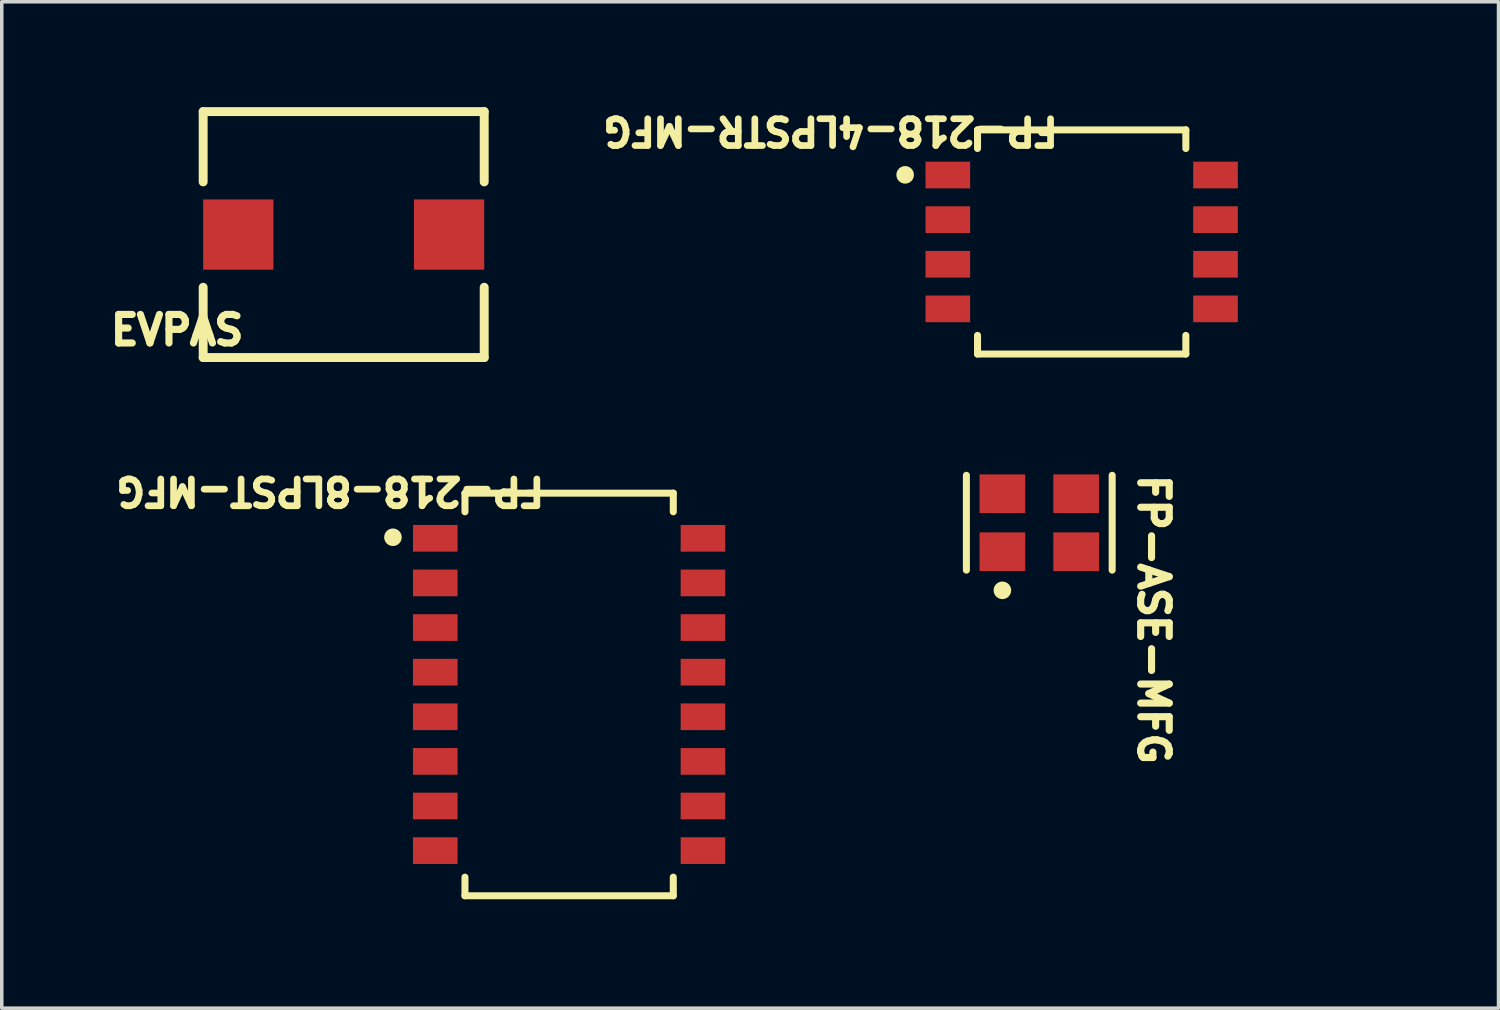
<source format=kicad_pcb>
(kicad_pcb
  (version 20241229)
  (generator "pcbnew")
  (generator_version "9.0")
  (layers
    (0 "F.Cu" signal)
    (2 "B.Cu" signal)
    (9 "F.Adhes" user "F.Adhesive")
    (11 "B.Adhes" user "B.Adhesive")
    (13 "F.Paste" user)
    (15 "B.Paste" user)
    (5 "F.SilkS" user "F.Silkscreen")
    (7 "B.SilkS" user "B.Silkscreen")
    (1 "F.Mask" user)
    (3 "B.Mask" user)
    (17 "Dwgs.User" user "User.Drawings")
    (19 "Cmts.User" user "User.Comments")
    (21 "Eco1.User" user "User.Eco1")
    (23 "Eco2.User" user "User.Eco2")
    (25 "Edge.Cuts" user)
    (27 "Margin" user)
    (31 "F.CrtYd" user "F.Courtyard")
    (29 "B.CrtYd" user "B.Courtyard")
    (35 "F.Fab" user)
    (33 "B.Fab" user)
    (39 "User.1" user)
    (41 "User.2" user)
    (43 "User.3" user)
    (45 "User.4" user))
  (footprint "FP-218-4LPSTR-MFG"
    (layer "F.Cu")
    (at 27.74 3.837)
    (property "Reference" "FP-218-4LPSTR-MFG" (at -0.579 -3.61 180) (unlocked yes) (layer "F.SilkS") (effects (font (size 0.762 0.762) (thickness 0.254)) (justify left bottom)))
    (fp_line (start -2.965 -3.19) (end -2.965 -2.66) (stroke (width 0.2) (type solid)) (layer "F.SilkS"))
    (fp_line (start -2.965 -3.19) (end 2.965 -3.19) (stroke (width 0.2) (type solid)) (layer "F.SilkS"))
    (fp_line (start -2.965 2.66) (end -2.965 3.19) (stroke (width 0.2) (type solid)) (layer "F.SilkS"))
    (fp_line (start -2.965 3.19) (end 2.965 3.19) (stroke (width 0.2) (type solid)) (layer "F.SilkS"))
    (fp_line (start 2.965 -3.19) (end 2.965 -2.66) (stroke (width 0.2) (type solid)) (layer "F.SilkS"))
    (fp_line (start 2.965 2.66) (end 2.965 3.19) (stroke (width 0.2) (type solid)) (layer "F.SilkS"))
    (fp_circle (center -5.025 -1.91) (end -5.025 -2.035) (stroke (width 0.25) (type solid)) (fill no) (layer "F.SilkS"))
    (fp_line (start -4.545 -3.29) (end -4.545 3.29) (stroke (width 0.2) (type solid)) (layer "Eco1.User"))
    (fp_line (start -4.545 -3.29) (end -4.545 3.29) (stroke (width 0.2) (type solid)) (layer "Eco1.User"))
    (fp_line (start -4.545 -3.29) (end 4.545 -3.29) (stroke (width 0.2) (type solid)) (layer "Eco1.User"))
    (fp_line (start -4.545 -3.29) (end 4.545 -3.29) (stroke (width 0.2) (type solid)) (layer "Eco1.User"))
    (fp_line (start -4.545 3.29) (end 4.545 3.29) (stroke (width 0.2) (type solid)) (layer "Eco1.User"))
    (fp_line (start -4.545 3.29) (end 4.545 3.29) (stroke (width 0.2) (type solid)) (layer "Eco1.User"))
    (fp_line (start -2.965 -3.19) (end -2.965 3.19) (stroke (width 0.2) (type solid)) (layer "Eco1.User"))
    (fp_line (start -2.965 -3.19) (end 2.965 -3.19) (stroke (width 0.2) (type solid)) (layer "Eco1.User"))
    (fp_line (start -2.965 3.19) (end 2.965 3.19) (stroke (width 0.2) (type solid)) (layer "Eco1.User"))
    (fp_line (start -0.5 0) (end 0.5 0) (stroke (width 0.1) (type solid)) (layer "Eco1.User"))
    (fp_line (start 0 -0.5) (end 0 0.5) (stroke (width 0.1) (type solid)) (layer "Eco1.User"))
    (fp_line (start 2.965 -3.19) (end 2.965 3.19) (stroke (width 0.2) (type solid)) (layer "Eco1.User"))
    (fp_line (start 4.545 -3.29) (end 4.545 3.29) (stroke (width 0.2) (type solid)) (layer "Eco1.User"))
    (fp_line (start 4.545 -3.29) (end 4.545 3.29) (stroke (width 0.2) (type solid)) (layer "Eco1.User"))
    (fp_text user "${REFERENCE}" (at -0.00001 -0.011 180) (unlocked yes) (layer "Eco1.User") (effects (font (face "Arial") (size 0.63 0.63) (thickness 0.1)) (justify left bottom mirror)))
    (pad "1" smd rect (at -3.81 -1.905 180) (size 1.27 0.76) (layers "F.Cu" "F.Mask" "F.Paste"))
    (pad "2" smd rect (at -3.81 -0.635 180) (size 1.27 0.76) (layers "F.Cu" "F.Mask" "F.Paste"))
    (pad "3" smd rect (at -3.81 0.635 180) (size 1.27 0.76) (layers "F.Cu" "F.Mask" "F.Paste"))
    (pad "4" smd rect (at -3.81 1.905 180) (size 1.27 0.76) (layers "F.Cu" "F.Mask" "F.Paste"))
    (pad "5" smd rect (at 3.81 1.905 180) (size 1.27 0.76) (layers "F.Cu" "F.Mask" "F.Paste"))
    (pad "6" smd rect (at 3.81 0.635 180) (size 1.27 0.76) (layers "F.Cu" "F.Mask" "F.Paste"))
    (pad "7" smd rect (at 3.81 -0.635 180) (size 1.27 0.76) (layers "F.Cu" "F.Mask" "F.Paste"))
    (pad "8" smd rect (at 3.81 -1.905 180) (size 1.27 0.76) (layers "F.Cu" "F.Mask" "F.Paste")))
  (footprint "FP-ASE-MFG"
    (layer "F.Cu")
    (at 26.533 11.829)
    (property "Reference" "FP-ASE-MFG" (at 2.776 -1.464 270) (unlocked yes) (layer "F.SilkS") (effects (font (size 0.813 0.813) (thickness 0.203)) (justify left bottom)))
    (fp_line (start -2.075 1.35) (end -2.075 -1.35) (stroke (width 0.2) (type solid)) (layer "F.SilkS"))
    (fp_line (start 2.075 1.35) (end 2.075 -1.35) (stroke (width 0.2) (type solid)) (layer "F.SilkS"))
    (fp_circle (center -1.05 1.925) (end -1.175 1.925) (stroke (width 0.25) (type solid)) (fill no) (layer "F.SilkS"))
    (fp_line (start -1.8 -1.475) (end 1.8 -1.475) (stroke (width 0.2) (type solid)) (layer "Eco1.User"))
    (fp_line (start -1.8 -1.475) (end 1.8 -1.475) (stroke (width 0.2) (type solid)) (layer "Eco1.User"))
    (fp_line (start -1.8 1.475) (end -1.8 -1.475) (stroke (width 0.2) (type solid)) (layer "Eco1.User"))
    (fp_line (start -1.8 1.475) (end -1.8 -1.475) (stroke (width 0.2) (type solid)) (layer "Eco1.User"))
    (fp_line (start -1.8 1.475) (end 1.8 1.475) (stroke (width 0.2) (type solid)) (layer "Eco1.User"))
    (fp_line (start -1.8 1.475) (end 1.8 1.475) (stroke (width 0.2) (type solid)) (layer "Eco1.User"))
    (fp_line (start -1.7 -1.35) (end 1.7 -1.35) (stroke (width 0.2) (type solid)) (layer "Eco1.User"))
    (fp_line (start -1.7 1.35) (end -1.7 -1.35) (stroke (width 0.2) (type solid)) (layer "Eco1.User"))
    (fp_line (start -1.7 1.35) (end 1.7 1.35) (stroke (width 0.2) (type solid)) (layer "Eco1.User"))
    (fp_line (start -0.5 0) (end 0.5 0) (stroke (width 0.1) (type solid)) (layer "Eco1.User"))
    (fp_line (start 0 0.5) (end 0 -0.5) (stroke (width 0.1) (type solid)) (layer "Eco1.User"))
    (fp_line (start 1.7 1.35) (end 1.7 -1.35) (stroke (width 0.2) (type solid)) (layer "Eco1.User"))
    (fp_line (start 1.8 1.475) (end 1.8 -1.475) (stroke (width 0.2) (type solid)) (layer "Eco1.User"))
    (fp_line (start 1.8 1.475) (end 1.8 -1.475) (stroke (width 0.2) (type solid)) (layer "Eco1.User"))
    (fp_text user "${REFERENCE}" (at 0.00045 0.00001 180) (unlocked yes) (layer "Eco1.User") (effects (font (face "Arial") (size 0.63 0.63) (thickness 0.1)) (justify left bottom mirror)))
    (pad "1" smd rect (at -1.05 0.825 180) (size 1.3 1.1) (layers "F.Cu" "F.Mask" "F.Paste"))
    (pad "2" smd rect (at 1.05 0.825 180) (size 1.3 1.1) (layers "F.Cu" "F.Mask" "F.Paste"))
    (pad "3" smd rect (at 1.05 -0.825 180) (size 1.3 1.1) (layers "F.Cu" "F.Mask" "F.Paste"))
    (pad "4" smd rect (at -1.05 -0.825 180) (size 1.3 1.1) (layers "F.Cu" "F.Mask" "F.Paste")))
  (footprint "EVPAS"
    (layer "F.Cu")
    (at 6.733 3.627)
    (property "Reference" "EVPAS" (at -6.733 3.196 0) (unlocked yes) (layer "F.SilkS") (effects (font (size 0.813 0.813) (thickness 0.203)) (justify left bottom)))
    (fp_line (start -4 -3.5) (end 4 -3.5) (stroke (width 0.254) (type solid)) (layer "F.SilkS"))
    (fp_line (start -4 -1.5) (end -4 -3.5) (stroke (width 0.254) (type solid)) (layer "F.SilkS"))
    (fp_line (start -4 3.5) (end -4 1.5) (stroke (width 0.254) (type solid)) (layer "F.SilkS"))
    (fp_line (start -4 3.5) (end 4 3.5) (stroke (width 0.254) (type solid)) (layer "F.SilkS"))
    (fp_line (start 4 -1.5) (end 4 -3.5) (stroke (width 0.254) (type solid)) (layer "F.SilkS"))
    (fp_line (start 4 3.5) (end 4 1.5) (stroke (width 0.254) (type solid)) (layer "F.SilkS"))
    (pad "1" smd rect (at -3 0) (size 2 2) (layers "F.Cu" "F.Mask" "F.Paste"))
    (pad "2" smd rect (at 3 0) (size 2 2) (layers "F.Cu" "F.Mask" "F.Paste")))
  (footprint "FP-218-8LPST-MFG"
    (layer "F.Cu")
    (at 13.15 16.718)
    (property "Reference" "FP-218-8LPST-MFG" (at -0.612 -6.237 180) (unlocked yes) (layer "F.SilkS") (effects (font (size 0.762 0.762) (thickness 0.254)) (justify left bottom)))
    (fp_line (start -2.965 -5.73) (end -2.965 -5.2) (stroke (width 0.2) (type solid)) (layer "F.SilkS"))
    (fp_line (start -2.965 -5.73) (end 2.965 -5.73) (stroke (width 0.2) (type solid)) (layer "F.SilkS"))
    (fp_line (start -2.965 5.2) (end -2.965 5.73) (stroke (width 0.2) (type solid)) (layer "F.SilkS"))
    (fp_line (start -2.965 5.73) (end 2.965 5.73) (stroke (width 0.2) (type solid)) (layer "F.SilkS"))
    (fp_line (start 2.965 -5.73) (end 2.965 -5.2) (stroke (width 0.2) (type solid)) (layer "F.SilkS"))
    (fp_line (start 2.965 5.2) (end 2.965 5.73) (stroke (width 0.2) (type solid)) (layer "F.SilkS"))
    (fp_circle (center -5.015 -4.475) (end -5.015 -4.6) (stroke (width 0.25) (type solid)) (fill no) (layer "F.SilkS"))
    (fp_line (start -4.545 -5.83) (end -4.545 5.83) (stroke (width 0.2) (type solid)) (layer "Eco1.User"))
    (fp_line (start -4.545 -5.83) (end -4.545 5.83) (stroke (width 0.2) (type solid)) (layer "Eco1.User"))
    (fp_line (start -4.545 -5.83) (end 4.545 -5.83) (stroke (width 0.2) (type solid)) (layer "Eco1.User"))
    (fp_line (start -4.545 -5.83) (end 4.545 -5.83) (stroke (width 0.2) (type solid)) (layer "Eco1.User"))
    (fp_line (start -4.545 5.83) (end 4.545 5.83) (stroke (width 0.2) (type solid)) (layer "Eco1.User"))
    (fp_line (start -4.545 5.83) (end 4.545 5.83) (stroke (width 0.2) (type solid)) (layer "Eco1.User"))
    (fp_line (start -2.965 -5.73) (end -2.965 5.73) (stroke (width 0.2) (type solid)) (layer "Eco1.User"))
    (fp_line (start -2.965 -5.73) (end 2.965 -5.73) (stroke (width 0.2) (type solid)) (layer "Eco1.User"))
    (fp_line (start -2.965 5.73) (end 2.965 5.73) (stroke (width 0.2) (type solid)) (layer "Eco1.User"))
    (fp_line (start -0.5 0) (end 0.5 0) (stroke (width 0.1) (type solid)) (layer "Eco1.User"))
    (fp_line (start 0 -0.5) (end 0 0.5) (stroke (width 0.1) (type solid)) (layer "Eco1.User"))
    (fp_line (start 2.965 -5.73) (end 2.965 5.73) (stroke (width 0.2) (type solid)) (layer "Eco1.User"))
    (fp_line (start 4.545 -5.83) (end 4.545 5.83) (stroke (width 0.2) (type solid)) (layer "Eco1.User"))
    (fp_line (start 4.545 -5.83) (end 4.545 5.83) (stroke (width 0.2) (type solid)) (layer "Eco1.User"))
    (fp_text user "${REFERENCE}" (at -0.00001 -0.011 180) (unlocked yes) (layer "Eco1.User") (effects (font (face "Arial") (size 0.63 0.63) (thickness 0.1)) (justify left bottom mirror)))
    (pad "1" smd rect (at -3.81 -4.445 180) (size 1.27 0.76) (layers "F.Cu" "F.Mask" "F.Paste"))
    (pad "2" smd rect (at -3.81 -3.175 180) (size 1.27 0.76) (layers "F.Cu" "F.Mask" "F.Paste"))
    (pad "3" smd rect (at -3.81 -1.905 180) (size 1.27 0.76) (layers "F.Cu" "F.Mask" "F.Paste"))
    (pad "4" smd rect (at -3.81 -0.635 180) (size 1.27 0.76) (layers "F.Cu" "F.Mask" "F.Paste"))
    (pad "5" smd rect (at -3.81 0.635 180) (size 1.27 0.76) (layers "F.Cu" "F.Mask" "F.Paste"))
    (pad "6" smd rect (at -3.81 1.905 180) (size 1.27 0.76) (layers "F.Cu" "F.Mask" "F.Paste"))
    (pad "7" smd rect (at -3.81 3.175 180) (size 1.27 0.76) (layers "F.Cu" "F.Mask" "F.Paste"))
    (pad "8" smd rect (at -3.81 4.445 180) (size 1.27 0.76) (layers "F.Cu" "F.Mask" "F.Paste"))
    (pad "9" smd rect (at 3.81 4.445 180) (size 1.27 0.76) (layers "F.Cu" "F.Mask" "F.Paste"))
    (pad "10" smd rect (at 3.81 3.175 180) (size 1.27 0.76) (layers "F.Cu" "F.Mask" "F.Paste"))
    (pad "11" smd rect (at 3.81 1.905 180) (size 1.27 0.76) (layers "F.Cu" "F.Mask" "F.Paste"))
    (pad "12" smd rect (at 3.81 0.635 180) (size 1.27 0.76) (layers "F.Cu" "F.Mask" "F.Paste"))
    (pad "13" smd rect (at 3.81 -0.635 180) (size 1.27 0.76) (layers "F.Cu" "F.Mask" "F.Paste"))
    (pad "14" smd rect (at 3.81 -1.905 180) (size 1.27 0.76) (layers "F.Cu" "F.Mask" "F.Paste"))
    (pad "15" smd rect (at 3.81 -3.175 180) (size 1.27 0.76) (layers "F.Cu" "F.Mask" "F.Paste"))
    (pad "16" smd rect (at 3.81 -4.445 180) (size 1.27 0.76) (layers "F.Cu" "F.Mask" "F.Paste")))
  (gr_rect
    (start -3 -3)
    (end 39.605 25.648)
    (stroke (width 0.1) (type default))
    (fill no)
    (layer "Edge.Cuts")))
</source>
